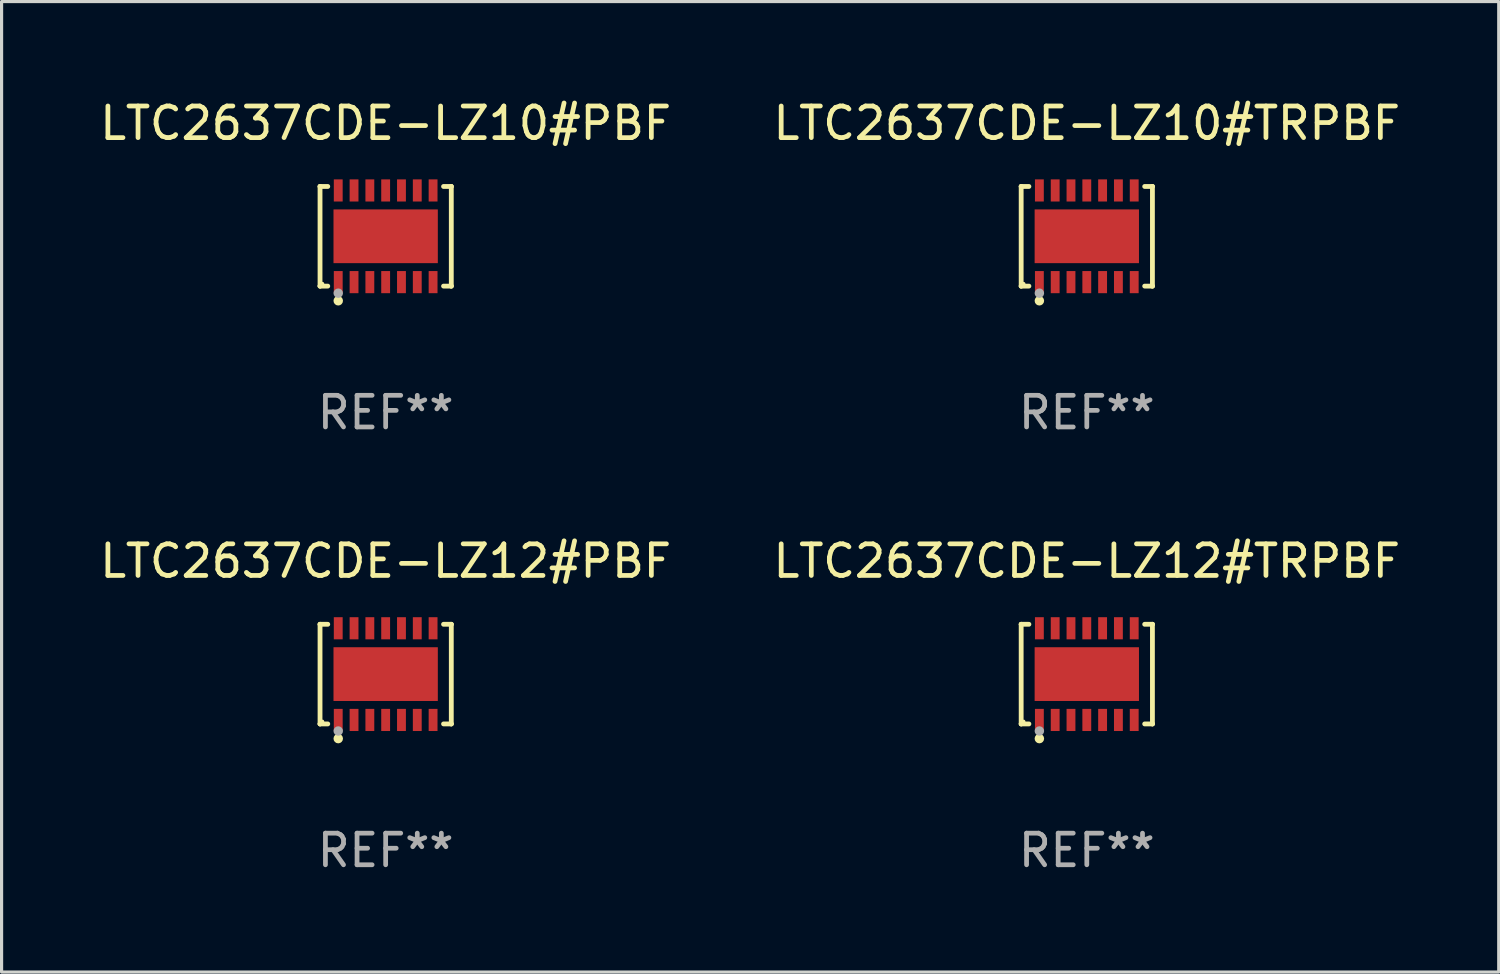
<source format=kicad_pcb>
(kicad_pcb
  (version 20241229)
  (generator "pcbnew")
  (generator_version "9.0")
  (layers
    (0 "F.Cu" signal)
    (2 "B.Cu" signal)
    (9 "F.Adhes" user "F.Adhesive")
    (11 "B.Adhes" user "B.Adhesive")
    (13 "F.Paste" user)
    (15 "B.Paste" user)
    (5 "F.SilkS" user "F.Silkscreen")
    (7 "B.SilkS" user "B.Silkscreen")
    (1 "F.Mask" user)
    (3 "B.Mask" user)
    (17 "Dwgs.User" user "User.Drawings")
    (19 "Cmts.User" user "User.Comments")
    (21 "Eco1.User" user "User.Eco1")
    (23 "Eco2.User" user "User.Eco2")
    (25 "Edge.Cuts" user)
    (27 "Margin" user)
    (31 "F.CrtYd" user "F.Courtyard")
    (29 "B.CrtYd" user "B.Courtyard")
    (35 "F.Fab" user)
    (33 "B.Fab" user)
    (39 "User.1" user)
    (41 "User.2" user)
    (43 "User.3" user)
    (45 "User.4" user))
  (footprint "LTC2637CDE-LZ10#TRPBF"
    (layer "F.Cu")
    (at 31.327 4.424)
    (property "Reference" "LTC2637CDE-LZ10#TRPBF" (at 0 -3.576 0) (layer "F.SilkS") (effects (font (size 1 1) (thickness 0.15))))
    (attr through_hole)
    (fp_line (start -2.076 -1.576) (end -2.076 -1.576) (stroke (width 0.152) (type solid)) (layer "F.SilkS"))
    (fp_line (start -2.076 -1.576) (end -1.831 -1.576) (stroke (width 0.152) (type solid)) (layer "F.SilkS"))
    (fp_line (start -2.076 1.576) (end -2.076 -1.576) (stroke (width 0.152) (type solid)) (layer "F.SilkS"))
    (fp_line (start -2.076 1.576) (end -2.076 1.576) (stroke (width 0.152) (type solid)) (layer "F.SilkS"))
    (fp_line (start -1.831 1.576) (end -2.076 1.576) (stroke (width 0.152) (type solid)) (layer "F.SilkS"))
    (fp_line (start 1.831 1.576) (end 2.076 1.576) (stroke (width 0.152) (type solid)) (layer "F.SilkS"))
    (fp_line (start 2.076 -1.576) (end 1.831 -1.576) (stroke (width 0.152) (type solid)) (layer "F.SilkS"))
    (fp_line (start 2.076 -1.576) (end 2.076 -1.576) (stroke (width 0.152) (type solid)) (layer "F.SilkS"))
    (fp_line (start 2.076 1.576) (end 2.076 -1.576) (stroke (width 0.152) (type solid)) (layer "F.SilkS"))
    (fp_line (start 2.076 1.576) (end 2.076 1.576) (stroke (width 0.152) (type solid)) (layer "F.SilkS"))
    (fp_circle (center -2 1.5) (end -1.97 1.5) (stroke (width 0.06) (type solid)) (fill no) (layer "F.SilkS"))
    (fp_circle (center -1.5 2.04) (end -1.425 2.04) (stroke (width 0.15) (type solid)) (fill no) (layer "F.SilkS"))
    (fp_circle (center -1.5 1.8) (end -1.425 1.8) (stroke (width 0.15) (type solid)) (fill no) (layer "F.Fab"))
    (fp_text user "REF**" (at 0 5.576 0) (layer "F.Fab") (effects (font (size 1 1) (thickness 0.15))))
    (pad "1" smd rect (at -1.5 1.45) (size 0.28 0.7) (layers "F.Cu" "F.Mask" "F.Paste"))
    (pad "2" smd rect (at -1 1.45) (size 0.28 0.7) (layers "F.Cu" "F.Mask" "F.Paste"))
    (pad "3" smd rect (at -0.5 1.45) (size 0.28 0.7) (layers "F.Cu" "F.Mask" "F.Paste"))
    (pad "4" smd rect (at 0 1.45) (size 0.28 0.7) (layers "F.Cu" "F.Mask" "F.Paste"))
    (pad "5" smd rect (at 0.5 1.45) (size 0.28 0.7) (layers "F.Cu" "F.Mask" "F.Paste"))
    (pad "6" smd rect (at 1 1.45) (size 0.28 0.7) (layers "F.Cu" "F.Mask" "F.Paste"))
    (pad "7" smd rect (at 1.5 1.45) (size 0.28 0.7) (layers "F.Cu" "F.Mask" "F.Paste"))
    (pad "8" smd rect (at 1.5 -1.45) (size 0.28 0.7) (layers "F.Cu" "F.Mask" "F.Paste"))
    (pad "9" smd rect (at 1 -1.45) (size 0.28 0.7) (layers "F.Cu" "F.Mask" "F.Paste"))
    (pad "10" smd rect (at 0.5 -1.45) (size 0.28 0.7) (layers "F.Cu" "F.Mask" "F.Paste"))
    (pad "11" smd rect (at 0 -1.45) (size 0.28 0.7) (layers "F.Cu" "F.Mask" "F.Paste"))
    (pad "12" smd rect (at -0.5 -1.45) (size 0.28 0.7) (layers "F.Cu" "F.Mask" "F.Paste"))
    (pad "13" smd rect (at -1 -1.45) (size 0.28 0.7) (layers "F.Cu" "F.Mask" "F.Paste"))
    (pad "14" smd rect (at -1.5 -1.45) (size 0.28 0.7) (layers "F.Cu" "F.Mask" "F.Paste"))
    (pad "15" smd rect (at 0 0) (size 3.3 1.7) (layers "F.Cu" "F.Mask" "F.Paste")))
  (footprint "LTC2637CDE-LZ12#PBF"
    (layer "F.Cu")
    (at 9.149 18.273)
    (property "Reference" "LTC2637CDE-LZ12#PBF" (at 0 -3.576 0) (layer "F.SilkS") (effects (font (size 1 1) (thickness 0.15))))
    (attr through_hole)
    (fp_line (start -2.076 -1.576) (end -2.076 -1.576) (stroke (width 0.152) (type solid)) (layer "F.SilkS"))
    (fp_line (start -2.076 -1.576) (end -1.831 -1.576) (stroke (width 0.152) (type solid)) (layer "F.SilkS"))
    (fp_line (start -2.076 1.576) (end -2.076 -1.576) (stroke (width 0.152) (type solid)) (layer "F.SilkS"))
    (fp_line (start -2.076 1.576) (end -2.076 1.576) (stroke (width 0.152) (type solid)) (layer "F.SilkS"))
    (fp_line (start -1.831 1.576) (end -2.076 1.576) (stroke (width 0.152) (type solid)) (layer "F.SilkS"))
    (fp_line (start 1.831 1.576) (end 2.076 1.576) (stroke (width 0.152) (type solid)) (layer "F.SilkS"))
    (fp_line (start 2.076 -1.576) (end 1.831 -1.576) (stroke (width 0.152) (type solid)) (layer "F.SilkS"))
    (fp_line (start 2.076 -1.576) (end 2.076 -1.576) (stroke (width 0.152) (type solid)) (layer "F.SilkS"))
    (fp_line (start 2.076 1.576) (end 2.076 -1.576) (stroke (width 0.152) (type solid)) (layer "F.SilkS"))
    (fp_line (start 2.076 1.576) (end 2.076 1.576) (stroke (width 0.152) (type solid)) (layer "F.SilkS"))
    (fp_circle (center -2 1.5) (end -1.97 1.5) (stroke (width 0.06) (type solid)) (fill no) (layer "F.SilkS"))
    (fp_circle (center -1.5 2.04) (end -1.425 2.04) (stroke (width 0.15) (type solid)) (fill no) (layer "F.SilkS"))
    (fp_circle (center -1.5 1.8) (end -1.425 1.8) (stroke (width 0.15) (type solid)) (fill no) (layer "F.Fab"))
    (fp_text user "REF**" (at 0 5.576 0) (layer "F.Fab") (effects (font (size 1 1) (thickness 0.15))))
    (pad "1" smd rect (at -1.5 1.45) (size 0.28 0.7) (layers "F.Cu" "F.Mask" "F.Paste"))
    (pad "2" smd rect (at -1 1.45) (size 0.28 0.7) (layers "F.Cu" "F.Mask" "F.Paste"))
    (pad "3" smd rect (at -0.5 1.45) (size 0.28 0.7) (layers "F.Cu" "F.Mask" "F.Paste"))
    (pad "4" smd rect (at 0 1.45) (size 0.28 0.7) (layers "F.Cu" "F.Mask" "F.Paste"))
    (pad "5" smd rect (at 0.5 1.45) (size 0.28 0.7) (layers "F.Cu" "F.Mask" "F.Paste"))
    (pad "6" smd rect (at 1 1.45) (size 0.28 0.7) (layers "F.Cu" "F.Mask" "F.Paste"))
    (pad "7" smd rect (at 1.5 1.45) (size 0.28 0.7) (layers "F.Cu" "F.Mask" "F.Paste"))
    (pad "8" smd rect (at 1.5 -1.45) (size 0.28 0.7) (layers "F.Cu" "F.Mask" "F.Paste"))
    (pad "9" smd rect (at 1 -1.45) (size 0.28 0.7) (layers "F.Cu" "F.Mask" "F.Paste"))
    (pad "10" smd rect (at 0.5 -1.45) (size 0.28 0.7) (layers "F.Cu" "F.Mask" "F.Paste"))
    (pad "11" smd rect (at 0 -1.45) (size 0.28 0.7) (layers "F.Cu" "F.Mask" "F.Paste"))
    (pad "12" smd rect (at -0.5 -1.45) (size 0.28 0.7) (layers "F.Cu" "F.Mask" "F.Paste"))
    (pad "13" smd rect (at -1 -1.45) (size 0.28 0.7) (layers "F.Cu" "F.Mask" "F.Paste"))
    (pad "14" smd rect (at -1.5 -1.45) (size 0.28 0.7) (layers "F.Cu" "F.Mask" "F.Paste"))
    (pad "15" smd rect (at 0 0) (size 3.3 1.7) (layers "F.Cu" "F.Mask" "F.Paste")))
  (footprint "LTC2637CDE-LZ10#PBF"
    (layer "F.Cu")
    (at 9.149 4.424)
    (property "Reference" "LTC2637CDE-LZ10#PBF" (at 0 -3.576 0) (layer "F.SilkS") (effects (font (size 1 1) (thickness 0.15))))
    (attr through_hole)
    (fp_line (start -2.076 -1.576) (end -2.076 -1.576) (stroke (width 0.152) (type solid)) (layer "F.SilkS"))
    (fp_line (start -2.076 -1.576) (end -1.831 -1.576) (stroke (width 0.152) (type solid)) (layer "F.SilkS"))
    (fp_line (start -2.076 1.576) (end -2.076 -1.576) (stroke (width 0.152) (type solid)) (layer "F.SilkS"))
    (fp_line (start -2.076 1.576) (end -2.076 1.576) (stroke (width 0.152) (type solid)) (layer "F.SilkS"))
    (fp_line (start -1.831 1.576) (end -2.076 1.576) (stroke (width 0.152) (type solid)) (layer "F.SilkS"))
    (fp_line (start 1.831 1.576) (end 2.076 1.576) (stroke (width 0.152) (type solid)) (layer "F.SilkS"))
    (fp_line (start 2.076 -1.576) (end 1.831 -1.576) (stroke (width 0.152) (type solid)) (layer "F.SilkS"))
    (fp_line (start 2.076 -1.576) (end 2.076 -1.576) (stroke (width 0.152) (type solid)) (layer "F.SilkS"))
    (fp_line (start 2.076 1.576) (end 2.076 -1.576) (stroke (width 0.152) (type solid)) (layer "F.SilkS"))
    (fp_line (start 2.076 1.576) (end 2.076 1.576) (stroke (width 0.152) (type solid)) (layer "F.SilkS"))
    (fp_circle (center -2 1.5) (end -1.97 1.5) (stroke (width 0.06) (type solid)) (fill no) (layer "F.SilkS"))
    (fp_circle (center -1.5 2.04) (end -1.425 2.04) (stroke (width 0.15) (type solid)) (fill no) (layer "F.SilkS"))
    (fp_circle (center -1.5 1.8) (end -1.425 1.8) (stroke (width 0.15) (type solid)) (fill no) (layer "F.Fab"))
    (fp_text user "REF**" (at 0 5.576 0) (layer "F.Fab") (effects (font (size 1 1) (thickness 0.15))))
    (pad "1" smd rect (at -1.5 1.45) (size 0.28 0.7) (layers "F.Cu" "F.Mask" "F.Paste"))
    (pad "2" smd rect (at -1 1.45) (size 0.28 0.7) (layers "F.Cu" "F.Mask" "F.Paste"))
    (pad "3" smd rect (at -0.5 1.45) (size 0.28 0.7) (layers "F.Cu" "F.Mask" "F.Paste"))
    (pad "4" smd rect (at 0 1.45) (size 0.28 0.7) (layers "F.Cu" "F.Mask" "F.Paste"))
    (pad "5" smd rect (at 0.5 1.45) (size 0.28 0.7) (layers "F.Cu" "F.Mask" "F.Paste"))
    (pad "6" smd rect (at 1 1.45) (size 0.28 0.7) (layers "F.Cu" "F.Mask" "F.Paste"))
    (pad "7" smd rect (at 1.5 1.45) (size 0.28 0.7) (layers "F.Cu" "F.Mask" "F.Paste"))
    (pad "8" smd rect (at 1.5 -1.45) (size 0.28 0.7) (layers "F.Cu" "F.Mask" "F.Paste"))
    (pad "9" smd rect (at 1 -1.45) (size 0.28 0.7) (layers "F.Cu" "F.Mask" "F.Paste"))
    (pad "10" smd rect (at 0.5 -1.45) (size 0.28 0.7) (layers "F.Cu" "F.Mask" "F.Paste"))
    (pad "11" smd rect (at 0 -1.45) (size 0.28 0.7) (layers "F.Cu" "F.Mask" "F.Paste"))
    (pad "12" smd rect (at -0.5 -1.45) (size 0.28 0.7) (layers "F.Cu" "F.Mask" "F.Paste"))
    (pad "13" smd rect (at -1 -1.45) (size 0.28 0.7) (layers "F.Cu" "F.Mask" "F.Paste"))
    (pad "14" smd rect (at -1.5 -1.45) (size 0.28 0.7) (layers "F.Cu" "F.Mask" "F.Paste"))
    (pad "15" smd rect (at 0 0) (size 3.3 1.7) (layers "F.Cu" "F.Mask" "F.Paste")))
  (footprint "LTC2637CDE-LZ12#TRPBF"
    (layer "F.Cu")
    (at 31.327 18.273)
    (property "Reference" "LTC2637CDE-LZ12#TRPBF" (at 0 -3.576 0) (layer "F.SilkS") (effects (font (size 1 1) (thickness 0.15))))
    (attr through_hole)
    (fp_line (start -2.076 -1.576) (end -2.076 -1.576) (stroke (width 0.152) (type solid)) (layer "F.SilkS"))
    (fp_line (start -2.076 -1.576) (end -1.831 -1.576) (stroke (width 0.152) (type solid)) (layer "F.SilkS"))
    (fp_line (start -2.076 1.576) (end -2.076 -1.576) (stroke (width 0.152) (type solid)) (layer "F.SilkS"))
    (fp_line (start -2.076 1.576) (end -2.076 1.576) (stroke (width 0.152) (type solid)) (layer "F.SilkS"))
    (fp_line (start -1.831 1.576) (end -2.076 1.576) (stroke (width 0.152) (type solid)) (layer "F.SilkS"))
    (fp_line (start 1.831 1.576) (end 2.076 1.576) (stroke (width 0.152) (type solid)) (layer "F.SilkS"))
    (fp_line (start 2.076 -1.576) (end 1.831 -1.576) (stroke (width 0.152) (type solid)) (layer "F.SilkS"))
    (fp_line (start 2.076 -1.576) (end 2.076 -1.576) (stroke (width 0.152) (type solid)) (layer "F.SilkS"))
    (fp_line (start 2.076 1.576) (end 2.076 -1.576) (stroke (width 0.152) (type solid)) (layer "F.SilkS"))
    (fp_line (start 2.076 1.576) (end 2.076 1.576) (stroke (width 0.152) (type solid)) (layer "F.SilkS"))
    (fp_circle (center -2 1.5) (end -1.97 1.5) (stroke (width 0.06) (type solid)) (fill no) (layer "F.SilkS"))
    (fp_circle (center -1.5 2.04) (end -1.425 2.04) (stroke (width 0.15) (type solid)) (fill no) (layer "F.SilkS"))
    (fp_circle (center -1.5 1.8) (end -1.425 1.8) (stroke (width 0.15) (type solid)) (fill no) (layer "F.Fab"))
    (fp_text user "REF**" (at 0 5.576 0) (layer "F.Fab") (effects (font (size 1 1) (thickness 0.15))))
    (pad "1" smd rect (at -1.5 1.45) (size 0.28 0.7) (layers "F.Cu" "F.Mask" "F.Paste"))
    (pad "2" smd rect (at -1 1.45) (size 0.28 0.7) (layers "F.Cu" "F.Mask" "F.Paste"))
    (pad "3" smd rect (at -0.5 1.45) (size 0.28 0.7) (layers "F.Cu" "F.Mask" "F.Paste"))
    (pad "4" smd rect (at 0 1.45) (size 0.28 0.7) (layers "F.Cu" "F.Mask" "F.Paste"))
    (pad "5" smd rect (at 0.5 1.45) (size 0.28 0.7) (layers "F.Cu" "F.Mask" "F.Paste"))
    (pad "6" smd rect (at 1 1.45) (size 0.28 0.7) (layers "F.Cu" "F.Mask" "F.Paste"))
    (pad "7" smd rect (at 1.5 1.45) (size 0.28 0.7) (layers "F.Cu" "F.Mask" "F.Paste"))
    (pad "8" smd rect (at 1.5 -1.45) (size 0.28 0.7) (layers "F.Cu" "F.Mask" "F.Paste"))
    (pad "9" smd rect (at 1 -1.45) (size 0.28 0.7) (layers "F.Cu" "F.Mask" "F.Paste"))
    (pad "10" smd rect (at 0.5 -1.45) (size 0.28 0.7) (layers "F.Cu" "F.Mask" "F.Paste"))
    (pad "11" smd rect (at 0 -1.45) (size 0.28 0.7) (layers "F.Cu" "F.Mask" "F.Paste"))
    (pad "12" smd rect (at -0.5 -1.45) (size 0.28 0.7) (layers "F.Cu" "F.Mask" "F.Paste"))
    (pad "13" smd rect (at -1 -1.45) (size 0.28 0.7) (layers "F.Cu" "F.Mask" "F.Paste"))
    (pad "14" smd rect (at -1.5 -1.45) (size 0.28 0.7) (layers "F.Cu" "F.Mask" "F.Paste"))
    (pad "15" smd rect (at 0 0) (size 3.3 1.7) (layers "F.Cu" "F.Mask" "F.Paste")))
  (gr_rect
    (start -3 -3)
    (end 44.357 27.698)
    (stroke (width 0.1) (type default))
    (fill no)
    (layer "Edge.Cuts")))
</source>
